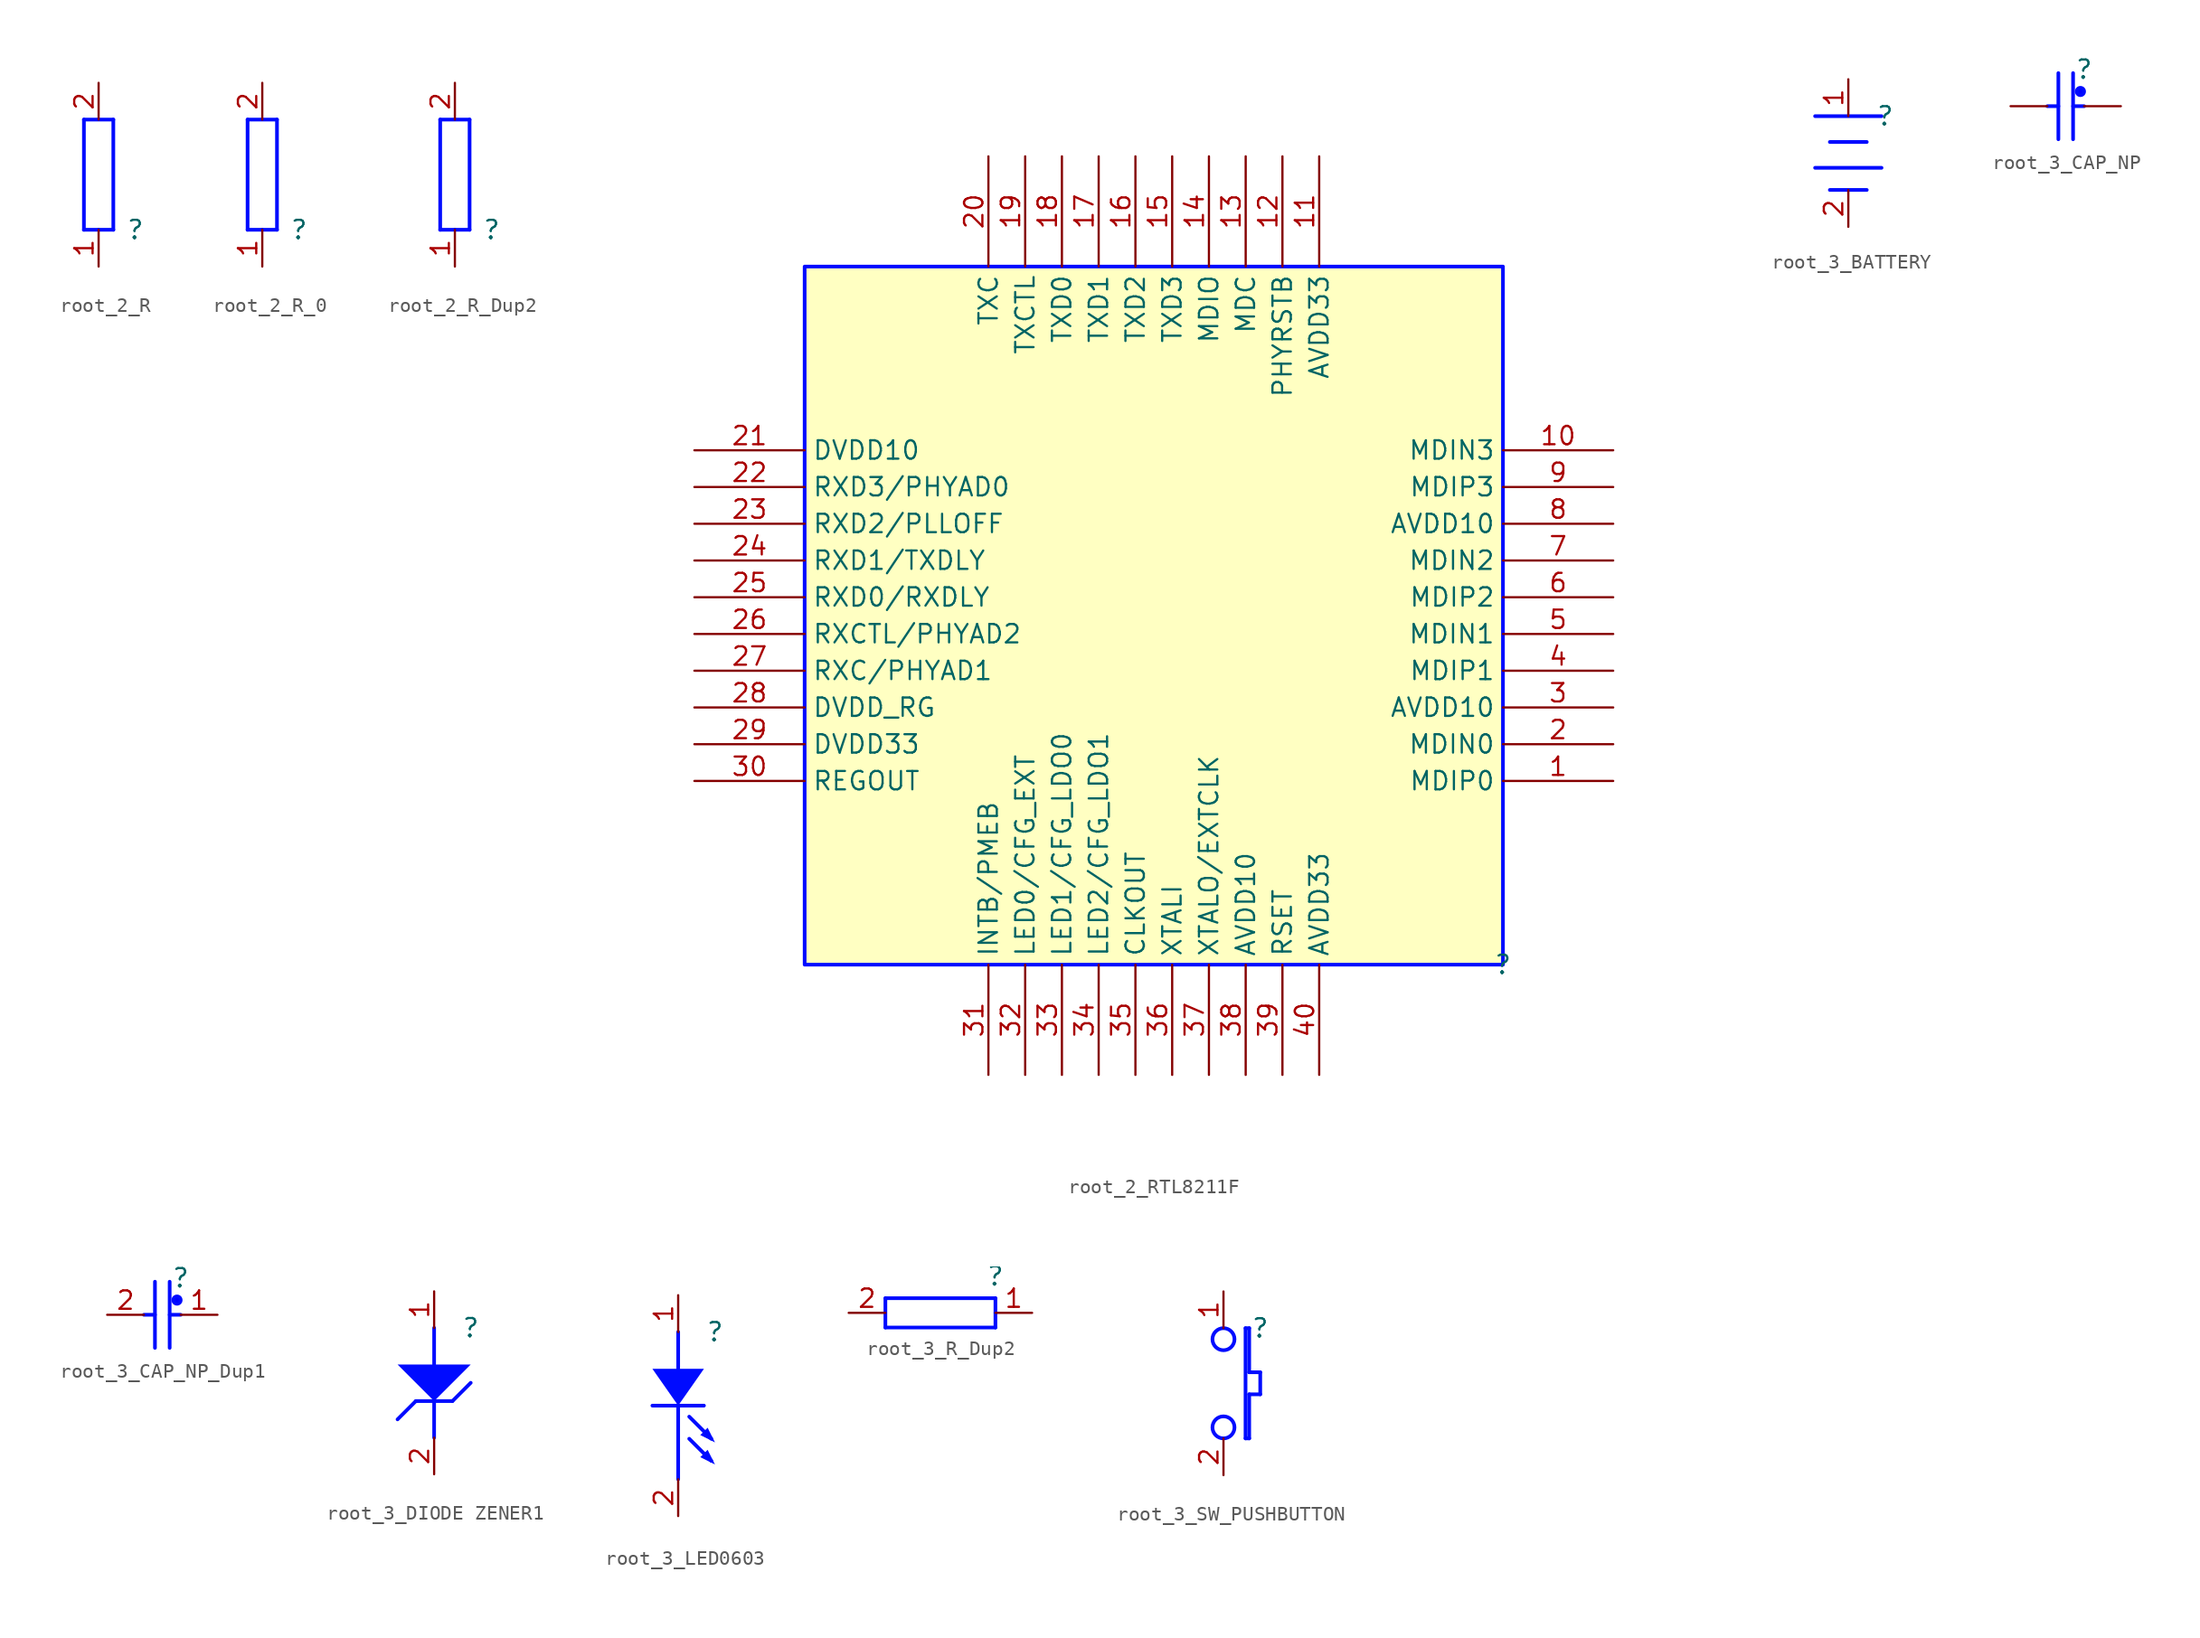
<source format=kicad_sym>
(kicad_symbol_lib
  (version 20231120)
  (generator "kicad_symbol_editor")
  (generator_version "8.0")
  (symbol "root_2_R"
    (property "Reference" ""
      (at 0 0 0)
      (effects (font (size 1.27 1.27))))
    (property "Value" ""
      (at 0 0 0)
      (effects (font (size 1.27 1.27))))
    (symbol "root_2_R_1_0"
      (polyline (pts (xy -3.556 0) (xy -3.556 7.62)) (stroke (width 0.254) (type solid) (color 0 11 255 1)) (fill (type none)))
      (polyline (pts (xy -3.556 7.62) (xy -1.524 7.62)) (stroke (width 0.254) (type solid) (color 0 11 255 1)) (fill (type none)))
      (polyline (pts (xy -2.54 0) (xy -3.556 0)) (stroke (width 0.254) (type solid) (color 0 11 255 1)) (fill (type none)))
      (polyline (pts (xy -1.524 0) (xy -2.54 0)) (stroke (width 0.254) (type solid) (color 0 11 255 1)) (fill (type none)))
      (polyline (pts (xy -1.524 7.62) (xy -1.524 0)) (stroke (width 0.254) (type solid) (color 0 11 255 1)) (fill (type none)))
      (pin passive line (at -2.54 -2.54 90) (length 2.54) (name "1" (effects (font (size 0 0)))) (number "1" (effects (font (size 1.27 1.27)))))
      (pin passive line (at -2.54 10.16 270) (length 2.54) (name "2" (effects (font (size 0 0)))) (number "2" (effects (font (size 1.27 1.27)))))))
  (symbol "root_2_R_0"
    (property "Reference" ""
      (at 0 0 0)
      (effects (font (size 1.27 1.27))))
    (property "Value" ""
      (at 0 0 0)
      (effects (font (size 1.27 1.27))))
    (symbol "root_2_R_0_1_0"
      (polyline (pts (xy -3.556 0) (xy -3.556 7.62)) (stroke (width 0.254) (type solid) (color 0 11 255 1)) (fill (type none)))
      (polyline (pts (xy -3.556 7.62) (xy -1.524 7.62)) (stroke (width 0.254) (type solid) (color 0 11 255 1)) (fill (type none)))
      (polyline (pts (xy -2.54 0) (xy -3.556 0)) (stroke (width 0.254) (type solid) (color 0 11 255 1)) (fill (type none)))
      (polyline (pts (xy -1.524 0) (xy -2.54 0)) (stroke (width 0.254) (type solid) (color 0 11 255 1)) (fill (type none)))
      (polyline (pts (xy -1.524 7.62) (xy -1.524 0)) (stroke (width 0.254) (type solid) (color 0 11 255 1)) (fill (type none)))
      (pin passive line (at -2.54 -2.54 90) (length 2.54) (name "1" (effects (font (size 0 0)))) (number "1" (effects (font (size 1.27 1.27)))))
      (pin passive line (at -2.54 10.16 270) (length 2.54) (name "2" (effects (font (size 0 0)))) (number "2" (effects (font (size 1.27 1.27)))))))
  (symbol "root_2_R_Dup2"
    (property "Reference" ""
      (at 0 0 0)
      (effects (font (size 1.27 1.27))))
    (property "Value" ""
      (at 0 0 0)
      (effects (font (size 1.27 1.27))))
    (symbol "root_2_R_Dup2_1_0"
      (polyline (pts (xy -3.556 0) (xy -3.556 7.62)) (stroke (width 0.254) (type solid) (color 0 11 255 1)) (fill (type none)))
      (polyline (pts (xy -3.556 7.62) (xy -1.524 7.62)) (stroke (width 0.254) (type solid) (color 0 11 255 1)) (fill (type none)))
      (polyline (pts (xy -2.54 0) (xy -3.556 0)) (stroke (width 0.254) (type solid) (color 0 11 255 1)) (fill (type none)))
      (polyline (pts (xy -1.524 0) (xy -2.54 0)) (stroke (width 0.254) (type solid) (color 0 11 255 1)) (fill (type none)))
      (polyline (pts (xy -1.524 7.62) (xy -1.524 0)) (stroke (width 0.254) (type solid) (color 0 11 255 1)) (fill (type none)))
      (pin passive line (at -2.54 -2.54 90) (length 2.54) (name "1" (effects (font (size 0 0)))) (number "1" (effects (font (size 1.27 1.27)))))
      (pin passive line (at -2.54 10.16 270) (length 2.54) (name "2" (effects (font (size 0 0)))) (number "2" (effects (font (size 1.27 1.27)))))))
  (symbol "root_2_RTL8211F"
    (property "Reference" ""
      (at 0 0 0)
      (effects (font (size 1.27 1.27))))
    (property "Value" ""
      (at 0 0 0)
      (effects (font (size 1.27 1.27))))
    (symbol "root_2_RTL8211F_1_0"
      (rectangle (start 0 48.26) (end -48.26 0) (stroke (width 0.254) (type solid) (color 0 11 255 1)) (fill (type background)))
      (pin passive line (at 7.62 12.7 180) (length 7.62) (name "MDIP0" (effects (font (size 1.27 1.27)))) (number "1" (effects (font (size 1.27 1.27)))))
      (pin passive line (at 7.62 35.56 180) (length 7.62) (name "MDIN3" (effects (font (size 1.27 1.27)))) (number "10" (effects (font (size 1.27 1.27)))))
      (pin power_in line (at -12.7 55.88 270) (length 7.62) (name "AVDD33" (effects (font (size 1.27 1.27)))) (number "11" (effects (font (size 1.27 1.27)))))
      (pin passive line (at -15.24 55.88 270) (length 7.62) (name "PHYRSTB" (effects (font (size 1.27 1.27)))) (number "12" (effects (font (size 1.27 1.27)))))
      (pin passive line (at -17.78 55.88 270) (length 7.62) (name "MDC" (effects (font (size 1.27 1.27)))) (number "13" (effects (font (size 1.27 1.27)))))
      (pin passive line (at -20.32 55.88 270) (length 7.62) (name "MDIO" (effects (font (size 1.27 1.27)))) (number "14" (effects (font (size 1.27 1.27)))))
      (pin passive line (at -22.86 55.88 270) (length 7.62) (name "TXD3" (effects (font (size 1.27 1.27)))) (number "15" (effects (font (size 1.27 1.27)))))
      (pin passive line (at -25.4 55.88 270) (length 7.62) (name "TXD2" (effects (font (size 1.27 1.27)))) (number "16" (effects (font (size 1.27 1.27)))))
      (pin passive line (at -27.94 55.88 270) (length 7.62) (name "TXD1" (effects (font (size 1.27 1.27)))) (number "17" (effects (font (size 1.27 1.27)))))
      (pin passive line (at -30.48 55.88 270) (length 7.62) (name "TXD0" (effects (font (size 1.27 1.27)))) (number "18" (effects (font (size 1.27 1.27)))))
      (pin passive line (at -33.02 55.88 270) (length 7.62) (name "TXCTL" (effects (font (size 1.27 1.27)))) (number "19" (effects (font (size 1.27 1.27)))))
      (pin passive line (at 7.62 15.24 180) (length 7.62) (name "MDIN0" (effects (font (size 1.27 1.27)))) (number "2" (effects (font (size 1.27 1.27)))))
      (pin passive line (at -35.56 55.88 270) (length 7.62) (name "TXC" (effects (font (size 1.27 1.27)))) (number "20" (effects (font (size 1.27 1.27)))))
      (pin power_in line (at -55.88 35.56 0) (length 7.62) (name "DVDD10" (effects (font (size 1.27 1.27)))) (number "21" (effects (font (size 1.27 1.27)))))
      (pin passive line (at -55.88 33.02 0) (length 7.62) (name "RXD3/PHYAD0" (effects (font (size 1.27 1.27)))) (number "22" (effects (font (size 1.27 1.27)))))
      (pin passive line (at -55.88 30.48 0) (length 7.62) (name "RXD2/PLLOFF" (effects (font (size 1.27 1.27)))) (number "23" (effects (font (size 1.27 1.27)))))
      (pin passive line (at -55.88 27.94 0) (length 7.62) (name "RXD1/TXDLY" (effects (font (size 1.27 1.27)))) (number "24" (effects (font (size 1.27 1.27)))))
      (pin passive line (at -55.88 25.4 0) (length 7.62) (name "RXD0/RXDLY" (effects (font (size 1.27 1.27)))) (number "25" (effects (font (size 1.27 1.27)))))
      (pin passive line (at -55.88 22.86 0) (length 7.62) (name "RXCTL/PHYAD2" (effects (font (size 1.27 1.27)))) (number "26" (effects (font (size 1.27 1.27)))))
      (pin passive line (at -55.88 20.32 0) (length 7.62) (name "RXC/PHYAD1" (effects (font (size 1.27 1.27)))) (number "27" (effects (font (size 1.27 1.27)))))
      (pin passive line (at -55.88 17.78 0) (length 7.62) (name "DVDD_RG" (effects (font (size 1.27 1.27)))) (number "28" (effects (font (size 1.27 1.27)))))
      (pin power_in line (at -55.88 15.24 0) (length 7.62) (name "DVDD33" (effects (font (size 1.27 1.27)))) (number "29" (effects (font (size 1.27 1.27)))))
      (pin power_in line (at 7.62 17.78 180) (length 7.62) (name "AVDD10" (effects (font (size 1.27 1.27)))) (number "3" (effects (font (size 1.27 1.27)))))
      (pin passive line (at -55.88 12.7 0) (length 7.62) (name "REGOUT" (effects (font (size 1.27 1.27)))) (number "30" (effects (font (size 1.27 1.27)))))
      (pin passive line (at -35.56 -7.62 90) (length 7.62) (name "INTB/PMEB" (effects (font (size 1.27 1.27)))) (number "31" (effects (font (size 1.27 1.27)))))
      (pin passive line (at -33.02 -7.62 90) (length 7.62) (name "LED0/CFG_EXT" (effects (font (size 1.27 1.27)))) (number "32" (effects (font (size 1.27 1.27)))))
      (pin passive line (at -30.48 -7.62 90) (length 7.62) (name "LED1/CFG_LDO0" (effects (font (size 1.27 1.27)))) (number "33" (effects (font (size 1.27 1.27)))))
      (pin passive line (at -27.94 -7.62 90) (length 7.62) (name "LED2/CFG_LDO1" (effects (font (size 1.27 1.27)))) (number "34" (effects (font (size 1.27 1.27)))))
      (pin passive line (at -25.4 -7.62 90) (length 7.62) (name "CLKOUT" (effects (font (size 1.27 1.27)))) (number "35" (effects (font (size 1.27 1.27)))))
      (pin passive line (at -22.86 -7.62 90) (length 7.62) (name "XTALI" (effects (font (size 1.27 1.27)))) (number "36" (effects (font (size 1.27 1.27)))))
      (pin passive line (at -20.32 -7.62 90) (length 7.62) (name "XTALO/EXTCLK" (effects (font (size 1.27 1.27)))) (number "37" (effects (font (size 1.27 1.27)))))
      (pin power_in line (at -17.78 -7.62 90) (length 7.62) (name "AVDD10" (effects (font (size 1.27 1.27)))) (number "38" (effects (font (size 1.27 1.27)))))
      (pin passive line (at -15.24 -7.62 90) (length 7.62) (name "RSET" (effects (font (size 1.27 1.27)))) (number "39" (effects (font (size 1.27 1.27)))))
      (pin passive line (at 7.62 20.32 180) (length 7.62) (name "MDIP1" (effects (font (size 1.27 1.27)))) (number "4" (effects (font (size 1.27 1.27)))))
      (pin power_in line (at -12.7 -7.62 90) (length 7.62) (name "AVDD33" (effects (font (size 1.27 1.27)))) (number "40" (effects (font (size 1.27 1.27)))))
      (pin passive line (at 7.62 22.86 180) (length 7.62) (name "MDIN1" (effects (font (size 1.27 1.27)))) (number "5" (effects (font (size 1.27 1.27)))))
      (pin passive line (at 7.62 25.4 180) (length 7.62) (name "MDIP2" (effects (font (size 1.27 1.27)))) (number "6" (effects (font (size 1.27 1.27)))))
      (pin passive line (at 7.62 27.94 180) (length 7.62) (name "MDIN2" (effects (font (size 1.27 1.27)))) (number "7" (effects (font (size 1.27 1.27)))))
      (pin power_in line (at 7.62 30.48 180) (length 7.62) (name "AVDD10" (effects (font (size 1.27 1.27)))) (number "8" (effects (font (size 1.27 1.27)))))
      (pin passive line (at 7.62 33.02 180) (length 7.62) (name "MDIP3" (effects (font (size 1.27 1.27)))) (number "9" (effects (font (size 1.27 1.27)))))))
  (symbol "root_3_BATTERY"
    (property "Reference" ""
      (at 0 0 0)
      (effects (font (size 1.27 1.27))))
    (property "Value" ""
      (at 0 0 0)
      (effects (font (size 1.27 1.27))))
    (symbol "root_3_BATTERY_1_0"
      (polyline (pts (xy -1.27 -5.08) (xy -3.81 -5.08)) (stroke (width 0.254) (type solid) (color 0 11 255 1)) (fill (type none)))
      (polyline (pts (xy -1.27 -1.778) (xy -3.81 -1.778)) (stroke (width 0.254) (type solid) (color 0 11 255 1)) (fill (type none)))
      (polyline (pts (xy -0.254 -3.556) (xy -4.826 -3.556)) (stroke (width 0.254) (type solid) (color 0 11 255 1)) (fill (type none)))
      (polyline (pts (xy -0.254 0) (xy -4.826 0)) (stroke (width 0.254) (type solid) (color 0 11 255 1)) (fill (type none)))
      (pin passive line (at -2.54 2.54 270) (length 2.54) (name "+" (effects (font (size 0 0)))) (number "1" (effects (font (size 1.27 1.27)))))
      (pin passive line (at -2.54 -7.62 90) (length 2.54) (name "-" (effects (font (size 0 0)))) (number "2" (effects (font (size 1.27 1.27)))))))
  (symbol "root_3_CAP_NP"
    (property "Reference" ""
      (at 0 0 0)
      (effects (font (size 1.27 1.27))))
    (property "Value" ""
      (at 0 0 0)
      (effects (font (size 1.27 1.27))))
    (symbol "root_3_CAP_NP_1_0"
      (circle (center -0.254 -1.524) (radius 0.254) (stroke (width 0.254) (type solid) (color 0 11 255 1)) (fill (type color) (color 0 0 255 1)))
      (polyline (pts (xy -2.54 -2.54) (xy -1.778 -2.54)) (stroke (width 0.254) (type solid) (color 0 11 255 1)) (fill (type none)))
      (polyline (pts (xy -1.778 -0.254) (xy -1.778 -4.826)) (stroke (width 0.254) (type solid) (color 0 11 255 1)) (fill (type none)))
      (polyline (pts (xy -0.762 -0.254) (xy -0.762 -4.826)) (stroke (width 0.254) (type solid) (color 0 11 255 1)) (fill (type none)))
      (polyline (pts (xy 0 -2.54) (xy -0.762 -2.54)) (stroke (width 0.254) (type solid) (color 0 11 255 1)) (fill (type none)))
      (pin passive line (at 2.54 -2.54 180) (length 2.54) (name "1" (effects (font (size 0 0)))) (number "1" (effects (font (size 0 0)))))
      (pin passive line (at -5.08 -2.54 0) (length 2.54) (name "2" (effects (font (size 0 0)))) (number "2" (effects (font (size 0 0)))))))
  (symbol "root_3_CAP_NP_Dup1"
    (property "Reference" ""
      (at 0 0 0)
      (effects (font (size 1.27 1.27))))
    (property "Value" ""
      (at 0 0 0)
      (effects (font (size 1.27 1.27))))
    (symbol "root_3_CAP_NP_Dup1_1_0"
      (circle (center -0.254 -1.524) (radius 0.254) (stroke (width 0.254) (type solid) (color 0 11 255 1)) (fill (type color) (color 0 0 255 1)))
      (polyline (pts (xy -2.54 -2.54) (xy -1.778 -2.54)) (stroke (width 0.254) (type solid) (color 0 11 255 1)) (fill (type none)))
      (polyline (pts (xy -1.778 -0.254) (xy -1.778 -4.826)) (stroke (width 0.254) (type solid) (color 0 11 255 1)) (fill (type none)))
      (polyline (pts (xy -0.762 -0.254) (xy -0.762 -4.826)) (stroke (width 0.254) (type solid) (color 0 11 255 1)) (fill (type none)))
      (polyline (pts (xy 0 -2.54) (xy -0.762 -2.54)) (stroke (width 0.254) (type solid) (color 0 11 255 1)) (fill (type none)))
      (pin passive line (at 2.54 -2.54 180) (length 2.54) (name "1" (effects (font (size 0 0)))) (number "1" (effects (font (size 1.27 1.27)))))
      (pin passive line (at -5.08 -2.54 0) (length 2.54) (name "2" (effects (font (size 0 0)))) (number "2" (effects (font (size 1.27 1.27)))))))
  (symbol "root_3_DIODE ZENER1"
    (property "Reference" ""
      (at 0 0 0)
      (effects (font (size 1.27 1.27))))
    (property "Value" ""
      (at 0 0 0)
      (effects (font (size 1.27 1.27))))
    (symbol "root_3_DIODE ZENER1_1_0"
      (polyline (pts (xy -3.81 -5.08) (xy -5.08 -6.35)) (stroke (width 0.254) (type solid) (color 0 11 255 1)) (fill (type none)))
      (polyline (pts (xy -2.54 -5.08) (xy -2.54 -7.62)) (stroke (width 0.254) (type solid) (color 0 11 255 1)) (fill (type none)))
      (polyline (pts (xy -2.54 0) (xy -2.54 -2.54)) (stroke (width 0.254) (type solid) (color 0 11 255 1)) (fill (type none)))
      (polyline (pts (xy -1.27 -5.08) (xy -3.81 -5.08)) (stroke (width 0.254) (type solid) (color 0 11 255 1)) (fill (type none)))
      (polyline (pts (xy 0 -3.81) (xy -1.27 -5.08)) (stroke (width 0.254) (type solid) (color 0 11 255 1)) (fill (type none)))
      (polyline (pts (xy 0 -2.54) (xy -5.08 -2.54) (xy -2.54 -5.08) (xy 0 -2.54) (xy 0 -2.54)) (stroke (width -0.0001) (type solid) (color 0 11 255 1)) (fill (type outline)))
      (pin passive line (at -2.54 2.54 270) (length 2.54) (name "ANODE" (effects (font (size 0 0)))) (number "1" (effects (font (size 1.27 1.27)))))
      (pin passive line (at -2.54 -10.16 90) (length 2.54) (name "CATHODE" (effects (font (size 0 0)))) (number "2" (effects (font (size 1.27 1.27)))))))
  (symbol "root_3_LED0603"
    (property "Reference" ""
      (at 0 0 0)
      (effects (font (size 1.27 1.27))))
    (property "Value" ""
      (at 0 0 0)
      (effects (font (size 1.27 1.27))))
    (symbol "root_3_LED0603_1_0"
      (polyline (pts (xy -2.54 -5.08) (xy -2.54 -10.16)) (stroke (width 0.254) (type solid) (color 0 11 255 1)) (fill (type none)))
      (polyline (pts (xy -2.54 0) (xy -2.54 -2.54)) (stroke (width 0.254) (type solid) (color 0 11 255 1)) (fill (type none)))
      (polyline (pts (xy -0.762 -5.08) (xy -4.318 -5.08)) (stroke (width 0.254) (type solid) (color 0 11 255 1)) (fill (type none)))
      (polyline (pts (xy -0.254 -8.89) (xy -1.778 -7.366)) (stroke (width 0.254) (type solid) (color 0 11 255 1)) (fill (type none)))
      (polyline (pts (xy -0.254 -7.366) (xy -1.778 -5.842)) (stroke (width 0.254) (type solid) (color 0 11 255 1)) (fill (type none)))
      (polyline (pts (xy -2.54 -5.08) (xy -2.54 -5.08) (xy -4.318 -2.54) (xy -0.762 -2.54) (xy -2.54 -5.08) (xy -2.54 -5.08)) (stroke (width -0.0001) (type solid) (color 0 11 255 1)) (fill (type outline)))
      (polyline (pts (xy -0.508 -8.128) (xy -0.508 -8.128) (xy 0 -9.144) (xy -1.016 -8.636) (xy -0.508 -8.128) (xy -0.508 -8.128)) (stroke (width -0.0001) (type solid) (color 0 11 255 1)) (fill (type outline)))
      (polyline (pts (xy -0.508 -6.604) (xy -0.508 -6.604) (xy 0 -7.62) (xy -1.016 -7.112) (xy -0.508 -6.604) (xy -0.508 -6.604)) (stroke (width -0.0001) (type solid) (color 0 11 255 1)) (fill (type outline)))
      (pin passive line (at -2.54 2.54 270) (length 2.54) (name "ANODE" (effects (font (size 0 0)))) (number "1" (effects (font (size 1.27 1.27)))))
      (pin passive line (at -2.54 -12.7 90) (length 2.54) (name "CATHODE" (effects (font (size 0 0)))) (number "2" (effects (font (size 1.27 1.27)))))))
  (symbol "root_3_R_Dup2"
    (property "Reference" ""
      (at 0 0 0)
      (effects (font (size 1.27 1.27))))
    (property "Value" ""
      (at 0 0 0)
      (effects (font (size 1.27 1.27))))
    (symbol "root_3_R_Dup2_1_0"
      (polyline (pts (xy -7.62 -3.556) (xy -7.62 -1.524)) (stroke (width 0.254) (type solid) (color 0 11 255 1)) (fill (type none)))
      (polyline (pts (xy -7.62 -1.524) (xy 0 -1.524)) (stroke (width 0.254) (type solid) (color 0 11 255 1)) (fill (type none)))
      (polyline (pts (xy 0 -3.556) (xy -7.62 -3.556)) (stroke (width 0.254) (type solid) (color 0 11 255 1)) (fill (type none)))
      (polyline (pts (xy 0 -2.54) (xy 0 -3.556)) (stroke (width 0.254) (type solid) (color 0 11 255 1)) (fill (type none)))
      (polyline (pts (xy 0 -1.524) (xy 0 -2.54)) (stroke (width 0.254) (type solid) (color 0 11 255 1)) (fill (type none)))
      (pin passive line (at 2.54 -2.54 180) (length 2.54) (name "1" (effects (font (size 0 0)))) (number "1" (effects (font (size 1.27 1.27)))))
      (pin passive line (at -10.16 -2.54 0) (length 2.54) (name "2" (effects (font (size 0 0)))) (number "2" (effects (font (size 1.27 1.27)))))))
  (symbol "root_3_SW_PUSHBUTTON"
    (property "Reference" ""
      (at 0 0 0)
      (effects (font (size 1.27 1.27))))
    (property "Value" ""
      (at 0 0 0)
      (effects (font (size 1.27 1.27))))
    (symbol "root_3_SW_PUSHBUTTON_1_0"
      (circle (center -2.54 -6.858) (radius 0.762) (stroke (width 0.254) (type solid) (color 0 11 255 1)) (fill (type none)))
      (circle (center -2.54 -0.762) (radius 0.762) (stroke (width 0.254) (type solid) (color 0 11 255 1)) (fill (type none)))
      (polyline (pts (xy -1.016 -7.62) (xy -0.762 -7.62)) (stroke (width 0.254) (type solid) (color 0 11 255 1)) (fill (type none)))
      (polyline (pts (xy -1.016 0) (xy -1.016 -7.62)) (stroke (width 0.254) (type solid) (color 0 11 255 1)) (fill (type none)))
      (polyline (pts (xy -0.762 -7.62) (xy -0.762 -4.572)) (stroke (width 0.254) (type solid) (color 0 11 255 1)) (fill (type none)))
      (polyline (pts (xy -0.762 -4.572) (xy 0 -4.572)) (stroke (width 0.254) (type solid) (color 0 11 255 1)) (fill (type none)))
      (polyline (pts (xy -0.762 -3.048) (xy -0.762 0)) (stroke (width 0.254) (type solid) (color 0 11 255 1)) (fill (type none)))
      (polyline (pts (xy -0.762 0) (xy -1.016 0)) (stroke (width 0.254) (type solid) (color 0 11 255 1)) (fill (type none)))
      (polyline (pts (xy 0 -4.572) (xy 0 -3.048)) (stroke (width 0.254) (type solid) (color 0 11 255 1)) (fill (type none)))
      (polyline (pts (xy 0 -3.048) (xy -0.762 -3.048)) (stroke (width 0.254) (type solid) (color 0 11 255 1)) (fill (type none)))
      (pin passive line (at -2.54 2.54 270) (length 2.54) (name "1" (effects (font (size 0 0)))) (number "1" (effects (font (size 1.27 1.27)))))
      (pin passive line (at -2.54 -10.16 90) (length 2.54) (name "2" (effects (font (size 0 0)))) (number "2" (effects (font (size 1.27 1.27))))))))
</source>
